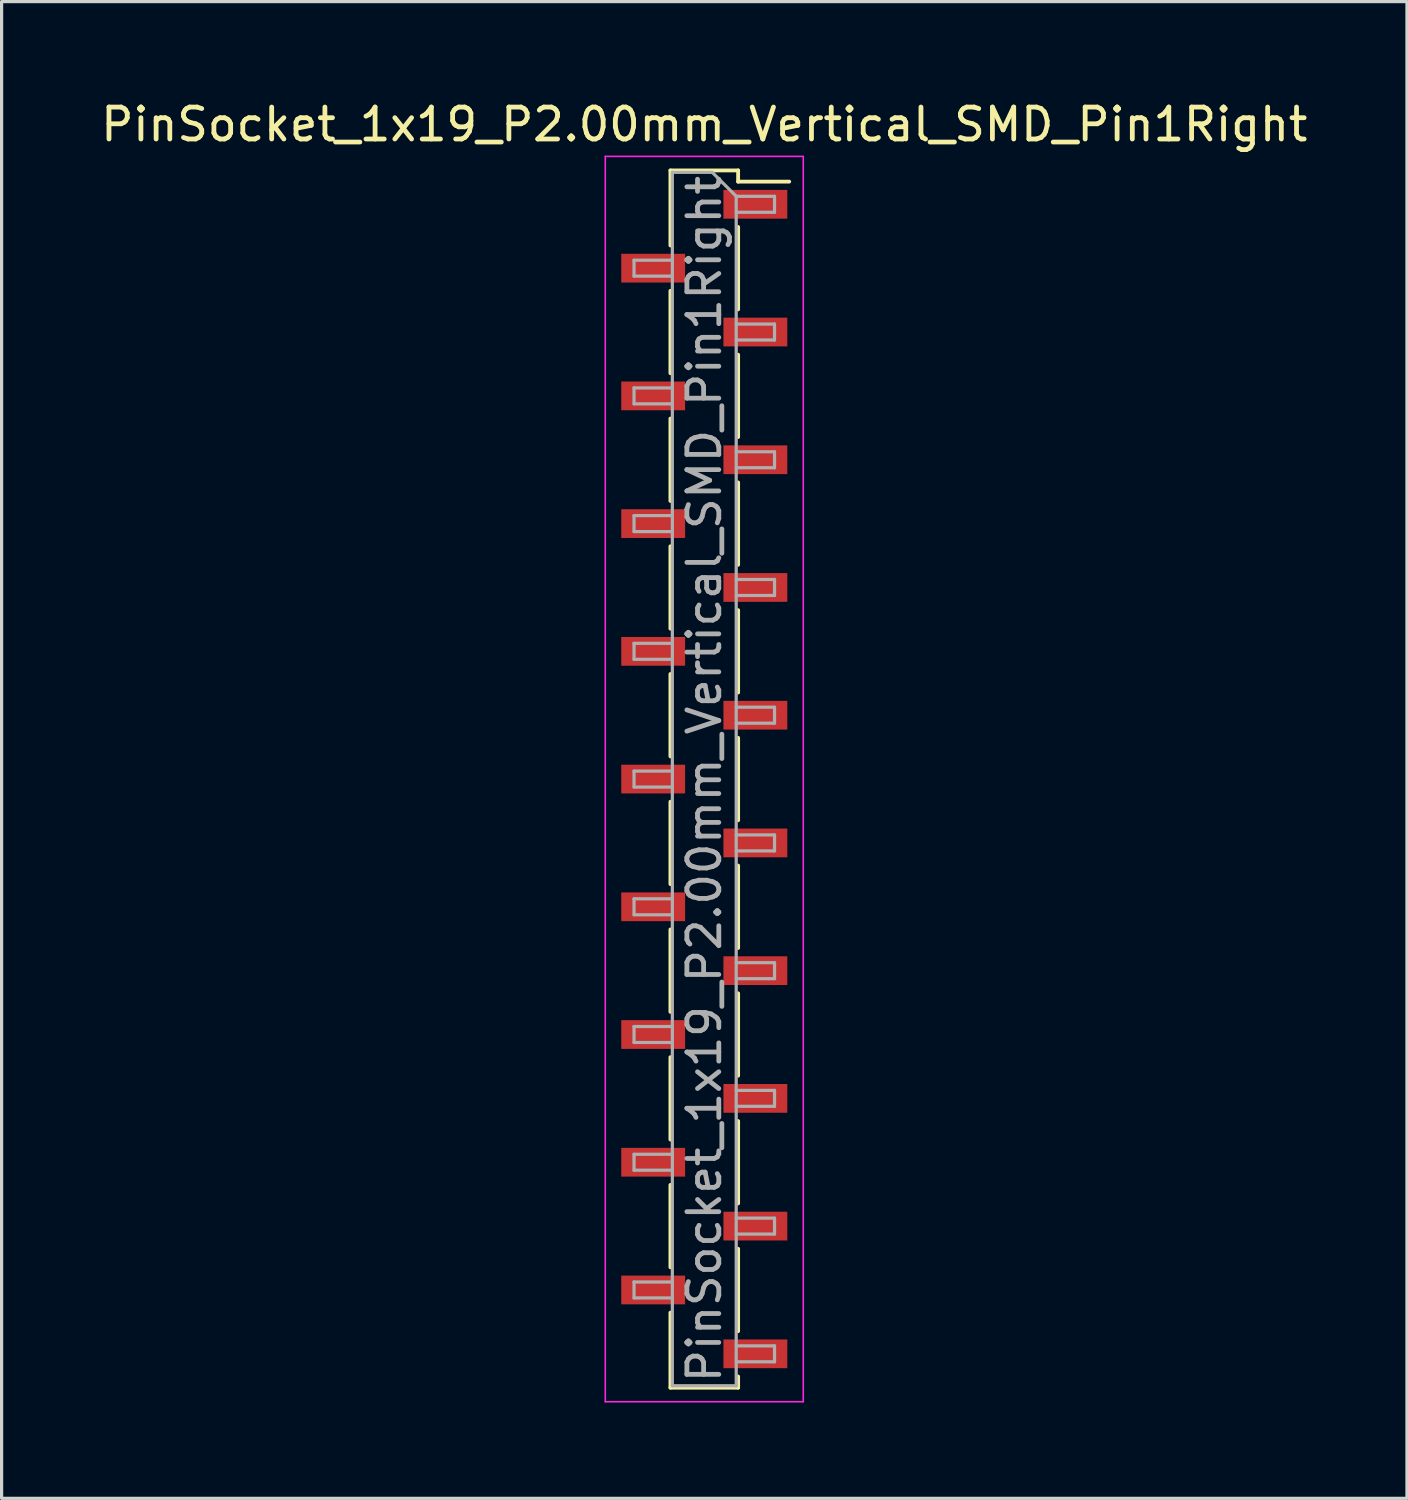
<source format=kicad_pcb>
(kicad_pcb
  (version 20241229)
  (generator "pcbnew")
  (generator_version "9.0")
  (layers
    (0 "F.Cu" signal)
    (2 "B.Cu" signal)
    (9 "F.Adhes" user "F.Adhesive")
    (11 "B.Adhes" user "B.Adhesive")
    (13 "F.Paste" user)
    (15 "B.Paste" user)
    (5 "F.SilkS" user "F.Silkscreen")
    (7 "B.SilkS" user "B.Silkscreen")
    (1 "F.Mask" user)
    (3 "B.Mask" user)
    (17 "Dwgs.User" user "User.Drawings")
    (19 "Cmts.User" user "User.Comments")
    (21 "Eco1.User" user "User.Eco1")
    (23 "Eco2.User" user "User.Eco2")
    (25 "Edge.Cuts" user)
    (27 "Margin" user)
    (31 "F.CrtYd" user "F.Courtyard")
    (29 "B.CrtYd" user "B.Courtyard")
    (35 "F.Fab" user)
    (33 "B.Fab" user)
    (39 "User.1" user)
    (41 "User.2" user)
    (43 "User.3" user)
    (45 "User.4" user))
  (footprint "PinSocket_1x19_P2.00mm_Vertical_SMD_Pin1Right"
    (layer "F.Cu")
    (at 19.006 21.348)
    (property "Reference" "PinSocket_1x19_P2.00mm_Vertical_SMD_Pin1Right" (at 0 -20.5 0) (layer "F.SilkS") (effects (font (size 1 1) (thickness 0.15))))
    (attr smd)
    (fp_line (start -1.06 -19.06) (end -1.06 -16.71) (stroke (width 0.12) (type solid)) (layer "F.SilkS"))
    (fp_line (start -1.06 -19.06) (end 1.06 -19.06) (stroke (width 0.12) (type solid)) (layer "F.SilkS"))
    (fp_line (start -1.06 -15.29) (end -1.06 -12.71) (stroke (width 0.12) (type solid)) (layer "F.SilkS"))
    (fp_line (start -1.06 -11.29) (end -1.06 -8.71) (stroke (width 0.12) (type solid)) (layer "F.SilkS"))
    (fp_line (start -1.06 -7.29) (end -1.06 -4.71) (stroke (width 0.12) (type solid)) (layer "F.SilkS"))
    (fp_line (start -1.06 -3.29) (end -1.06 -0.71) (stroke (width 0.12) (type solid)) (layer "F.SilkS"))
    (fp_line (start -1.06 0.71) (end -1.06 3.29) (stroke (width 0.12) (type solid)) (layer "F.SilkS"))
    (fp_line (start -1.06 4.71) (end -1.06 7.29) (stroke (width 0.12) (type solid)) (layer "F.SilkS"))
    (fp_line (start -1.06 8.71) (end -1.06 11.29) (stroke (width 0.12) (type solid)) (layer "F.SilkS"))
    (fp_line (start -1.06 12.71) (end -1.06 15.29) (stroke (width 0.12) (type solid)) (layer "F.SilkS"))
    (fp_line (start -1.06 16.71) (end -1.06 19.06) (stroke (width 0.12) (type solid)) (layer "F.SilkS"))
    (fp_line (start 1.06 -19.06) (end 1.06 -18.71) (stroke (width 0.12) (type solid)) (layer "F.SilkS"))
    (fp_line (start 1.06 -18.71) (end 2.66 -18.71) (stroke (width 0.12) (type solid)) (layer "F.SilkS"))
    (fp_line (start 1.06 -17.29) (end 1.06 -14.71) (stroke (width 0.12) (type solid)) (layer "F.SilkS"))
    (fp_line (start 1.06 -13.29) (end 1.06 -10.71) (stroke (width 0.12) (type solid)) (layer "F.SilkS"))
    (fp_line (start 1.06 -9.29) (end 1.06 -6.71) (stroke (width 0.12) (type solid)) (layer "F.SilkS"))
    (fp_line (start 1.06 -5.29) (end 1.06 -2.71) (stroke (width 0.12) (type solid)) (layer "F.SilkS"))
    (fp_line (start 1.06 -1.29) (end 1.06 1.29) (stroke (width 0.12) (type solid)) (layer "F.SilkS"))
    (fp_line (start 1.06 2.71) (end 1.06 5.29) (stroke (width 0.12) (type solid)) (layer "F.SilkS"))
    (fp_line (start 1.06 6.71) (end 1.06 9.29) (stroke (width 0.12) (type solid)) (layer "F.SilkS"))
    (fp_line (start 1.06 10.71) (end 1.06 13.29) (stroke (width 0.12) (type solid)) (layer "F.SilkS"))
    (fp_line (start 1.06 14.71) (end 1.06 17.29) (stroke (width 0.12) (type solid)) (layer "F.SilkS"))
    (fp_line (start 1.06 18.71) (end 1.06 19.06) (stroke (width 0.12) (type solid)) (layer "F.SilkS"))
    (fp_line (start 1.06 19.06) (end -1.06 19.06) (stroke (width 0.12) (type solid)) (layer "F.SilkS"))
    (fp_line (start -3.1 -19.5) (end 3.1 -19.5) (stroke (width 0.05) (type solid)) (layer "F.CrtYd"))
    (fp_line (start -3.1 19.5) (end -3.1 -19.5) (stroke (width 0.05) (type solid)) (layer "F.CrtYd"))
    (fp_line (start 3.1 -19.5) (end 3.1 19.5) (stroke (width 0.05) (type solid)) (layer "F.CrtYd"))
    (fp_line (start 3.1 19.5) (end -3.1 19.5) (stroke (width 0.05) (type solid)) (layer "F.CrtYd"))
    (fp_line (start -2.2 -16.25) (end -1 -16.25) (stroke (width 0.1) (type solid)) (layer "F.Fab"))
    (fp_line (start -2.2 -15.75) (end -2.2 -16.25) (stroke (width 0.1) (type solid)) (layer "F.Fab"))
    (fp_line (start -2.2 -12.25) (end -1 -12.25) (stroke (width 0.1) (type solid)) (layer "F.Fab"))
    (fp_line (start -2.2 -11.75) (end -2.2 -12.25) (stroke (width 0.1) (type solid)) (layer "F.Fab"))
    (fp_line (start -2.2 -8.25) (end -1 -8.25) (stroke (width 0.1) (type solid)) (layer "F.Fab"))
    (fp_line (start -2.2 -7.75) (end -2.2 -8.25) (stroke (width 0.1) (type solid)) (layer "F.Fab"))
    (fp_line (start -2.2 -4.25) (end -1 -4.25) (stroke (width 0.1) (type solid)) (layer "F.Fab"))
    (fp_line (start -2.2 -3.75) (end -2.2 -4.25) (stroke (width 0.1) (type solid)) (layer "F.Fab"))
    (fp_line (start -2.2 -0.25) (end -1 -0.25) (stroke (width 0.1) (type solid)) (layer "F.Fab"))
    (fp_line (start -2.2 0.25) (end -2.2 -0.25) (stroke (width 0.1) (type solid)) (layer "F.Fab"))
    (fp_line (start -2.2 3.75) (end -1 3.75) (stroke (width 0.1) (type solid)) (layer "F.Fab"))
    (fp_line (start -2.2 4.25) (end -2.2 3.75) (stroke (width 0.1) (type solid)) (layer "F.Fab"))
    (fp_line (start -2.2 7.75) (end -1 7.75) (stroke (width 0.1) (type solid)) (layer "F.Fab"))
    (fp_line (start -2.2 8.25) (end -2.2 7.75) (stroke (width 0.1) (type solid)) (layer "F.Fab"))
    (fp_line (start -2.2 11.75) (end -1 11.75) (stroke (width 0.1) (type solid)) (layer "F.Fab"))
    (fp_line (start -2.2 12.25) (end -2.2 11.75) (stroke (width 0.1) (type solid)) (layer "F.Fab"))
    (fp_line (start -2.2 15.75) (end -1 15.75) (stroke (width 0.1) (type solid)) (layer "F.Fab"))
    (fp_line (start -2.2 16.25) (end -2.2 15.75) (stroke (width 0.1) (type solid)) (layer "F.Fab"))
    (fp_line (start -1 -19) (end 0.25 -19) (stroke (width 0.1) (type solid)) (layer "F.Fab"))
    (fp_line (start -1 -15.75) (end -2.2 -15.75) (stroke (width 0.1) (type solid)) (layer "F.Fab"))
    (fp_line (start -1 -11.75) (end -2.2 -11.75) (stroke (width 0.1) (type solid)) (layer "F.Fab"))
    (fp_line (start -1 -7.75) (end -2.2 -7.75) (stroke (width 0.1) (type solid)) (layer "F.Fab"))
    (fp_line (start -1 -3.75) (end -2.2 -3.75) (stroke (width 0.1) (type solid)) (layer "F.Fab"))
    (fp_line (start -1 0.25) (end -2.2 0.25) (stroke (width 0.1) (type solid)) (layer "F.Fab"))
    (fp_line (start -1 4.25) (end -2.2 4.25) (stroke (width 0.1) (type solid)) (layer "F.Fab"))
    (fp_line (start -1 8.25) (end -2.2 8.25) (stroke (width 0.1) (type solid)) (layer "F.Fab"))
    (fp_line (start -1 12.25) (end -2.2 12.25) (stroke (width 0.1) (type solid)) (layer "F.Fab"))
    (fp_line (start -1 16.25) (end -2.2 16.25) (stroke (width 0.1) (type solid)) (layer "F.Fab"))
    (fp_line (start -1 19) (end -1 -19) (stroke (width 0.1) (type solid)) (layer "F.Fab"))
    (fp_line (start 0.25 -19) (end 1 -18.25) (stroke (width 0.1) (type solid)) (layer "F.Fab"))
    (fp_line (start 1 -18.25) (end 1 19) (stroke (width 0.1) (type solid)) (layer "F.Fab"))
    (fp_line (start 1 -18.25) (end 2.2 -18.25) (stroke (width 0.1) (type solid)) (layer "F.Fab"))
    (fp_line (start 1 -14.25) (end 2.2 -14.25) (stroke (width 0.1) (type solid)) (layer "F.Fab"))
    (fp_line (start 1 -10.25) (end 2.2 -10.25) (stroke (width 0.1) (type solid)) (layer "F.Fab"))
    (fp_line (start 1 -6.25) (end 2.2 -6.25) (stroke (width 0.1) (type solid)) (layer "F.Fab"))
    (fp_line (start 1 -2.25) (end 2.2 -2.25) (stroke (width 0.1) (type solid)) (layer "F.Fab"))
    (fp_line (start 1 1.75) (end 2.2 1.75) (stroke (width 0.1) (type solid)) (layer "F.Fab"))
    (fp_line (start 1 5.75) (end 2.2 5.75) (stroke (width 0.1) (type solid)) (layer "F.Fab"))
    (fp_line (start 1 9.75) (end 2.2 9.75) (stroke (width 0.1) (type solid)) (layer "F.Fab"))
    (fp_line (start 1 13.75) (end 2.2 13.75) (stroke (width 0.1) (type solid)) (layer "F.Fab"))
    (fp_line (start 1 17.75) (end 2.2 17.75) (stroke (width 0.1) (type solid)) (layer "F.Fab"))
    (fp_line (start 1 19) (end -1 19) (stroke (width 0.1) (type solid)) (layer "F.Fab"))
    (fp_line (start 2.2 -18.25) (end 2.2 -17.75) (stroke (width 0.1) (type solid)) (layer "F.Fab"))
    (fp_line (start 2.2 -17.75) (end 1 -17.75) (stroke (width 0.1) (type solid)) (layer "F.Fab"))
    (fp_line (start 2.2 -14.25) (end 2.2 -13.75) (stroke (width 0.1) (type solid)) (layer "F.Fab"))
    (fp_line (start 2.2 -13.75) (end 1 -13.75) (stroke (width 0.1) (type solid)) (layer "F.Fab"))
    (fp_line (start 2.2 -10.25) (end 2.2 -9.75) (stroke (width 0.1) (type solid)) (layer "F.Fab"))
    (fp_line (start 2.2 -9.75) (end 1 -9.75) (stroke (width 0.1) (type solid)) (layer "F.Fab"))
    (fp_line (start 2.2 -6.25) (end 2.2 -5.75) (stroke (width 0.1) (type solid)) (layer "F.Fab"))
    (fp_line (start 2.2 -5.75) (end 1 -5.75) (stroke (width 0.1) (type solid)) (layer "F.Fab"))
    (fp_line (start 2.2 -2.25) (end 2.2 -1.75) (stroke (width 0.1) (type solid)) (layer "F.Fab"))
    (fp_line (start 2.2 -1.75) (end 1 -1.75) (stroke (width 0.1) (type solid)) (layer "F.Fab"))
    (fp_line (start 2.2 1.75) (end 2.2 2.25) (stroke (width 0.1) (type solid)) (layer "F.Fab"))
    (fp_line (start 2.2 2.25) (end 1 2.25) (stroke (width 0.1) (type solid)) (layer "F.Fab"))
    (fp_line (start 2.2 5.75) (end 2.2 6.25) (stroke (width 0.1) (type solid)) (layer "F.Fab"))
    (fp_line (start 2.2 6.25) (end 1 6.25) (stroke (width 0.1) (type solid)) (layer "F.Fab"))
    (fp_line (start 2.2 9.75) (end 2.2 10.25) (stroke (width 0.1) (type solid)) (layer "F.Fab"))
    (fp_line (start 2.2 10.25) (end 1 10.25) (stroke (width 0.1) (type solid)) (layer "F.Fab"))
    (fp_line (start 2.2 13.75) (end 2.2 14.25) (stroke (width 0.1) (type solid)) (layer "F.Fab"))
    (fp_line (start 2.2 14.25) (end 1 14.25) (stroke (width 0.1) (type solid)) (layer "F.Fab"))
    (fp_line (start 2.2 17.75) (end 2.2 18.25) (stroke (width 0.1) (type solid)) (layer "F.Fab"))
    (fp_line (start 2.2 18.25) (end 1 18.25) (stroke (width 0.1) (type solid)) (layer "F.Fab"))
    (fp_text user "${REFERENCE}" (at 0 0 90) (layer "F.Fab") (effects (font (size 1 1) (thickness 0.15))))
    (pad "1" smd rect (at 1.6 -18) (size 2 0.9) (layers "F.Cu" "F.Mask" "F.Paste"))
    (pad "2" smd rect (at -1.6 -16) (size 2 0.9) (layers "F.Cu" "F.Mask" "F.Paste"))
    (pad "3" smd rect (at 1.6 -14) (size 2 0.9) (layers "F.Cu" "F.Mask" "F.Paste"))
    (pad "4" smd rect (at -1.6 -12) (size 2 0.9) (layers "F.Cu" "F.Mask" "F.Paste"))
    (pad "5" smd rect (at 1.6 -10) (size 2 0.9) (layers "F.Cu" "F.Mask" "F.Paste"))
    (pad "6" smd rect (at -1.6 -8) (size 2 0.9) (layers "F.Cu" "F.Mask" "F.Paste"))
    (pad "7" smd rect (at 1.6 -6) (size 2 0.9) (layers "F.Cu" "F.Mask" "F.Paste"))
    (pad "8" smd rect (at -1.6 -4) (size 2 0.9) (layers "F.Cu" "F.Mask" "F.Paste"))
    (pad "9" smd rect (at 1.6 -2) (size 2 0.9) (layers "F.Cu" "F.Mask" "F.Paste"))
    (pad "10" smd rect (at -1.6 0) (size 2 0.9) (layers "F.Cu" "F.Mask" "F.Paste"))
    (pad "11" smd rect (at 1.6 2) (size 2 0.9) (layers "F.Cu" "F.Mask" "F.Paste"))
    (pad "12" smd rect (at -1.6 4) (size 2 0.9) (layers "F.Cu" "F.Mask" "F.Paste"))
    (pad "13" smd rect (at 1.6 6) (size 2 0.9) (layers "F.Cu" "F.Mask" "F.Paste"))
    (pad "14" smd rect (at -1.6 8) (size 2 0.9) (layers "F.Cu" "F.Mask" "F.Paste"))
    (pad "15" smd rect (at 1.6 10) (size 2 0.9) (layers "F.Cu" "F.Mask" "F.Paste"))
    (pad "16" smd rect (at -1.6 12) (size 2 0.9) (layers "F.Cu" "F.Mask" "F.Paste"))
    (pad "17" smd rect (at 1.6 14) (size 2 0.9) (layers "F.Cu" "F.Mask" "F.Paste"))
    (pad "18" smd rect (at -1.6 16) (size 2 0.9) (layers "F.Cu" "F.Mask" "F.Paste"))
    (pad "19" smd rect (at 1.6 18) (size 2 0.9) (layers "F.Cu" "F.Mask" "F.Paste")))
  (gr_rect
    (start -3 -3)
    (end 41.012 43.873)
    (stroke (width 0.1) (type default))
    (fill no)
    (layer "Edge.Cuts")))
</source>
